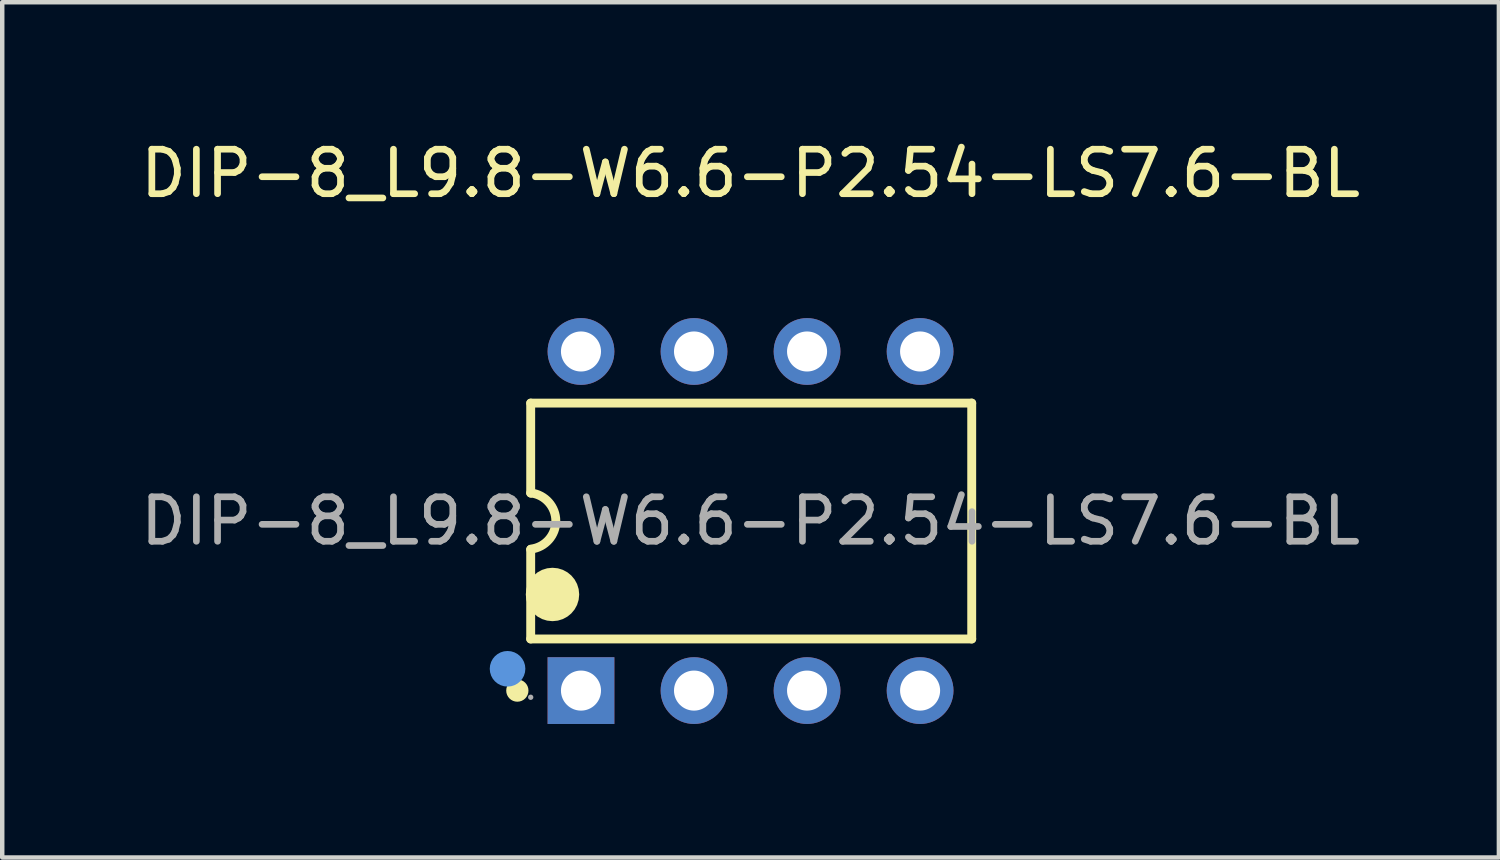
<source format=kicad_pcb>
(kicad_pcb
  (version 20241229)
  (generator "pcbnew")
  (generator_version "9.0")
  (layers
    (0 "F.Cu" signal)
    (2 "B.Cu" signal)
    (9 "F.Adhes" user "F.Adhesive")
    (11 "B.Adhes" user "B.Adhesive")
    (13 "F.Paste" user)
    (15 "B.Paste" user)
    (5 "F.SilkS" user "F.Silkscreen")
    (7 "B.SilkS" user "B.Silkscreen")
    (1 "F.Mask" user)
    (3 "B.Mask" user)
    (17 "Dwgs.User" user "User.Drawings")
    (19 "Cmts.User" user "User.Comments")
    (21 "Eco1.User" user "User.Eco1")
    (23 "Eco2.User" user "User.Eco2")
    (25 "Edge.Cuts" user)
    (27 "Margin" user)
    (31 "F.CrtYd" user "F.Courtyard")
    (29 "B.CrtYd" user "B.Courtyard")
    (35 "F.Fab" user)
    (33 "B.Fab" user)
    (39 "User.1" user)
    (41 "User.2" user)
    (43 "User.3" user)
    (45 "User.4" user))
  (footprint "DIP-8_L9.8-W6.6-P2.54-LS7.6-BL"
    (layer "F.Cu")
    (at 13.815 8.658)
    (property "Reference" "DIP-8_L9.8-W6.6-P2.54-LS7.6-BL" (at 0 -7.81 0) (layer "F.SilkS") (effects (font (size 1 1) (thickness 0.15))))
    (attr smd)
    (fp_line (start -4.94 -2.65) (end 4.97 -2.65) (stroke (width 0.2) (type solid)) (layer "F.SilkS"))
    (fp_line (start -4.94 -0.63) (end -4.94 -2.65) (stroke (width 0.2) (type solid)) (layer "F.SilkS"))
    (fp_line (start -4.94 0.64) (end -4.93 0.64) (stroke (width 0.2) (type solid)) (layer "F.SilkS"))
    (fp_line (start -4.94 2.65) (end -4.94 0.64) (stroke (width 0.2) (type solid)) (layer "F.SilkS"))
    (fp_line (start -4.93 -0.64) (end -4.94 -0.63) (stroke (width 0.2) (type solid)) (layer "F.SilkS"))
    (fp_line (start 4.97 -2.65) (end 4.97 2.65) (stroke (width 0.2) (type solid)) (layer "F.SilkS"))
    (fp_line (start 4.97 2.65) (end -4.94 2.65) (stroke (width 0.2) (type solid)) (layer "F.SilkS"))
    (fp_arc (start -5.24 3.81) (mid -5.24 3.81) (end -5.24 3.81) (stroke (width 0.25) (type solid)) (layer "F.SilkS"))
    (fp_arc (start -4.93 -0.63) (mid -4.374941 0.000797) (end -4.931582 0.630199) (stroke (width 0.2) (type solid)) (layer "F.SilkS"))
    (fp_arc (start -4.45 1.65) (mid -4.45 1.65) (end -4.45 1.65) (stroke (width 0.6) (type solid)) (layer "F.SilkS"))
    (fp_circle (center -5.46 3.32) (end -5.26 3.32) (stroke (width 0.4) (type solid)) (fill no) (layer "Cmts.User"))
    (fp_circle (center -4.94 3.96) (end -4.91 3.96) (stroke (width 0.06) (type solid)) (fill no) (layer "F.Fab"))
    (fp_text user "${REFERENCE}" (at 0 0 0) (layer "F.Fab") (effects (font (size 1 1) (thickness 0.15))))
    (pad "1" thru_hole rect (at -3.81 3.81) (size 1.5 1.5) (drill 0.9) (layers "*.Cu" "*.Mask"))
    (pad "2" thru_hole circle (at -1.27 3.81 90) (size 1.5 1.5) (drill 0.9) (layers "*.Cu" "*.Mask"))
    (pad "3" thru_hole circle (at 1.27 3.81 90) (size 1.5 1.5) (drill 0.9) (layers "*.Cu" "*.Mask"))
    (pad "4" thru_hole circle (at 3.81 3.81 90) (size 1.5 1.5) (drill 0.9) (layers "*.Cu" "*.Mask"))
    (pad "5" thru_hole circle (at 3.81 -3.81 90) (size 1.5 1.5) (drill 0.9) (layers "*.Cu" "*.Mask"))
    (pad "6" thru_hole circle (at 1.27 -3.81 90) (size 1.5 1.5) (drill 0.9) (layers "*.Cu" "*.Mask"))
    (pad "7" thru_hole circle (at -1.27 -3.81 90) (size 1.5 1.5) (drill 0.9) (layers "*.Cu" "*.Mask"))
    (pad "8" thru_hole circle (at -3.81 -3.81 90) (size 1.5 1.5) (drill 0.9) (layers "*.Cu" "*.Mask")))
  (gr_rect
    (start -3 -3)
    (end 30.631 16.218)
    (stroke (width 0.1) (type default))
    (fill no)
    (layer "Edge.Cuts")))
</source>
